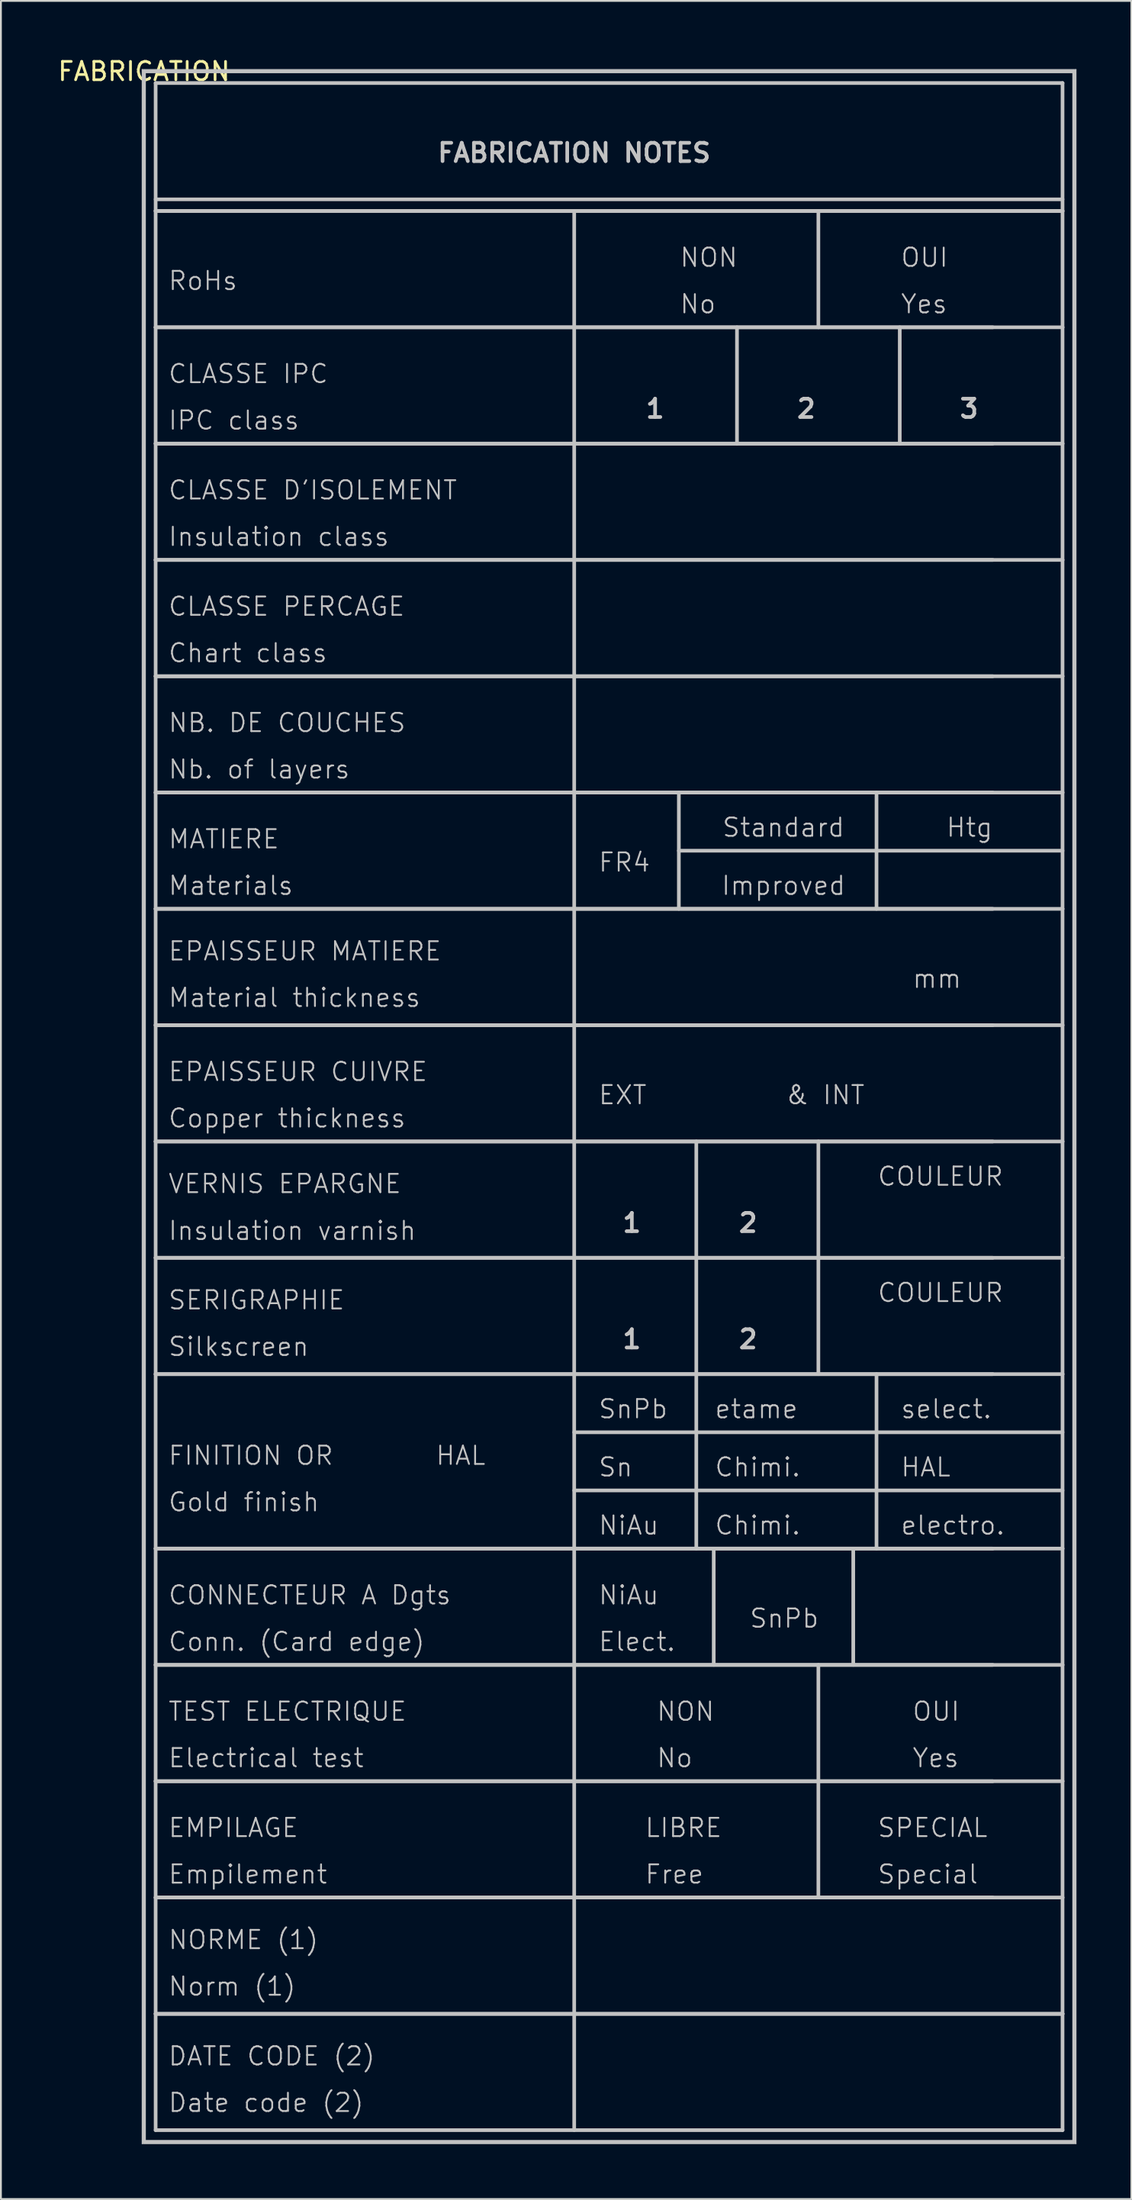
<source format=kicad_pcb>
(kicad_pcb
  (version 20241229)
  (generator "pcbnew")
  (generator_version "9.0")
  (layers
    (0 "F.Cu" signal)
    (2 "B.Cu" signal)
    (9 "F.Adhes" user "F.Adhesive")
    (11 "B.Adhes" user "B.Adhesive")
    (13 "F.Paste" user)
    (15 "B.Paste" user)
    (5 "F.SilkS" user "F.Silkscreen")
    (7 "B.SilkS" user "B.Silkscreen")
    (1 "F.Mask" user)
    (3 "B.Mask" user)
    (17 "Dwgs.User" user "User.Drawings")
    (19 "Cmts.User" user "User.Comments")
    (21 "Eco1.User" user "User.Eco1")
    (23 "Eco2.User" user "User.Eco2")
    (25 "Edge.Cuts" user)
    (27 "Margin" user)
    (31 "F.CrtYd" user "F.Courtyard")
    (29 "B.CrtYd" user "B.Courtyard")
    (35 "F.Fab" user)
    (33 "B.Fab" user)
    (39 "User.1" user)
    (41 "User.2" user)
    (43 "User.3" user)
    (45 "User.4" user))
  (footprint "FABRICATION"
    (placed yes)
    (layer "F.Cu")
    (at 4.815 0.848)
    (property "Reference" "FABRICATION" (at 0 0 0) (layer "F.SilkS") (effects (font (size 1 1) (thickness 0.15))))
    (attr through_hole)
    (fp_line (start -0.1 -0.1) (end 50.9 -0.1) (stroke (width 0.05) (type solid)) (layer "Dwgs.User"))
    (fp_line (start -0.1 113.13) (end -0.1 -0.1) (stroke (width 0.05) (type solid)) (layer "Dwgs.User"))
    (fp_line (start 0 0) (end 0 113.03) (stroke (width 0.2) (type solid)) (layer "Dwgs.User"))
    (fp_line (start 0 113.03) (end 50.8 113.03) (stroke (width 0.2) (type solid)) (layer "Dwgs.User"))
    (fp_line (start 0.635 0.635) (end 0.635 7.62) (stroke (width 0.2) (type solid)) (layer "Dwgs.User"))
    (fp_line (start 0.635 6.985) (end 50.165 6.985) (stroke (width 0.2) (type solid)) (layer "Dwgs.User"))
    (fp_line (start 0.635 7.62) (end 0.635 13.97) (stroke (width 0.2) (type solid)) (layer "Dwgs.User"))
    (fp_line (start 0.635 7.62) (end 50.165 7.62) (stroke (width 0.2) (type solid)) (layer "Dwgs.User"))
    (fp_line (start 0.635 13.97) (end 0.635 20.32) (stroke (width 0.2) (type solid)) (layer "Dwgs.User"))
    (fp_line (start 0.635 13.97) (end 50.165 13.97) (stroke (width 0.2) (type solid)) (layer "Dwgs.User"))
    (fp_line (start 0.635 20.32) (end 0.635 26.67) (stroke (width 0.2) (type solid)) (layer "Dwgs.User"))
    (fp_line (start 0.635 20.32) (end 50.165 20.32) (stroke (width 0.2) (type solid)) (layer "Dwgs.User"))
    (fp_line (start 0.635 26.67) (end 0.635 33.02) (stroke (width 0.2) (type solid)) (layer "Dwgs.User"))
    (fp_line (start 0.635 26.67) (end 50.165 26.67) (stroke (width 0.2) (type solid)) (layer "Dwgs.User"))
    (fp_line (start 0.635 33.02) (end 0.635 39.37) (stroke (width 0.2) (type solid)) (layer "Dwgs.User"))
    (fp_line (start 0.635 33.02) (end 50.165 33.02) (stroke (width 0.2) (type solid)) (layer "Dwgs.User"))
    (fp_line (start 0.635 39.37) (end 0.635 45.72) (stroke (width 0.2) (type solid)) (layer "Dwgs.User"))
    (fp_line (start 0.635 39.37) (end 50.165 39.37) (stroke (width 0.2) (type solid)) (layer "Dwgs.User"))
    (fp_line (start 0.635 45.72) (end 0.635 52.07) (stroke (width 0.2) (type solid)) (layer "Dwgs.User"))
    (fp_line (start 0.635 45.72) (end 50.165 45.72) (stroke (width 0.2) (type solid)) (layer "Dwgs.User"))
    (fp_line (start 0.635 52.07) (end 0.635 58.42) (stroke (width 0.2) (type solid)) (layer "Dwgs.User"))
    (fp_line (start 0.635 52.07) (end 50.165 52.07) (stroke (width 0.2) (type solid)) (layer "Dwgs.User"))
    (fp_line (start 0.635 58.42) (end 0.635 64.77) (stroke (width 0.2) (type solid)) (layer "Dwgs.User"))
    (fp_line (start 0.635 58.42) (end 50.165 58.42) (stroke (width 0.2) (type solid)) (layer "Dwgs.User"))
    (fp_line (start 0.635 64.77) (end 0.635 71.12) (stroke (width 0.2) (type solid)) (layer "Dwgs.User"))
    (fp_line (start 0.635 64.77) (end 50.165 64.77) (stroke (width 0.2) (type solid)) (layer "Dwgs.User"))
    (fp_line (start 0.635 71.12) (end 0.635 80.645) (stroke (width 0.2) (type solid)) (layer "Dwgs.User"))
    (fp_line (start 0.635 71.12) (end 50.165 71.12) (stroke (width 0.2) (type solid)) (layer "Dwgs.User"))
    (fp_line (start 0.635 80.645) (end 0.635 86.995) (stroke (width 0.2) (type solid)) (layer "Dwgs.User"))
    (fp_line (start 0.635 80.645) (end 50.165 80.645) (stroke (width 0.2) (type solid)) (layer "Dwgs.User"))
    (fp_line (start 0.635 86.995) (end 0.635 93.345) (stroke (width 0.2) (type solid)) (layer "Dwgs.User"))
    (fp_line (start 0.635 86.995) (end 50.165 86.995) (stroke (width 0.2) (type solid)) (layer "Dwgs.User"))
    (fp_line (start 0.635 93.345) (end 0.635 99.695) (stroke (width 0.2) (type solid)) (layer "Dwgs.User"))
    (fp_line (start 0.635 93.345) (end 50.165 93.345) (stroke (width 0.2) (type solid)) (layer "Dwgs.User"))
    (fp_line (start 0.635 99.695) (end 0.635 106.045) (stroke (width 0.2) (type solid)) (layer "Dwgs.User"))
    (fp_line (start 0.635 99.695) (end 50.165 99.695) (stroke (width 0.2) (type solid)) (layer "Dwgs.User"))
    (fp_line (start 0.635 106.045) (end 0.635 112.395) (stroke (width 0.2) (type solid)) (layer "Dwgs.User"))
    (fp_line (start 0.635 106.045) (end 50.165 106.045) (stroke (width 0.2) (type solid)) (layer "Dwgs.User"))
    (fp_line (start 0.635 112.395) (end 50.165 112.395) (stroke (width 0.2) (type solid)) (layer "Dwgs.User"))
    (fp_line (start 23.495 7.62) (end 23.495 112.395) (stroke (width 0.2) (type solid)) (layer "Dwgs.User"))
    (fp_line (start 23.495 74.295) (end 50.165 74.295) (stroke (width 0.2) (type solid)) (layer "Dwgs.User"))
    (fp_line (start 23.495 77.47) (end 50.165 77.47) (stroke (width 0.2) (type solid)) (layer "Dwgs.User"))
    (fp_line (start 29.21 39.37) (end 29.21 45.72) (stroke (width 0.2) (type solid)) (layer "Dwgs.User"))
    (fp_line (start 29.21 42.545) (end 50.165 42.545) (stroke (width 0.2) (type solid)) (layer "Dwgs.User"))
    (fp_line (start 30.163 58.42) (end 30.163 64.77) (stroke (width 0.2) (type solid)) (layer "Dwgs.User"))
    (fp_line (start 30.163 64.77) (end 30.163 71.12) (stroke (width 0.2) (type solid)) (layer "Dwgs.User"))
    (fp_line (start 30.163 71.12) (end 30.163 80.645) (stroke (width 0.2) (type solid)) (layer "Dwgs.User"))
    (fp_line (start 31.115 80.645) (end 31.115 86.995) (stroke (width 0.2) (type solid)) (layer "Dwgs.User"))
    (fp_line (start 32.385 13.97) (end 32.385 20.32) (stroke (width 0.2) (type solid)) (layer "Dwgs.User"))
    (fp_line (start 36.83 7.62) (end 36.83 13.97) (stroke (width 0.2) (type solid)) (layer "Dwgs.User"))
    (fp_line (start 36.83 58.42) (end 36.83 64.77) (stroke (width 0.2) (type solid)) (layer "Dwgs.User"))
    (fp_line (start 36.83 64.77) (end 36.83 71.12) (stroke (width 0.2) (type solid)) (layer "Dwgs.User"))
    (fp_line (start 36.83 86.995) (end 36.83 93.345) (stroke (width 0.2) (type solid)) (layer "Dwgs.User"))
    (fp_line (start 36.83 93.345) (end 36.83 99.695) (stroke (width 0.2) (type solid)) (layer "Dwgs.User"))
    (fp_line (start 38.735 80.645) (end 38.735 86.995) (stroke (width 0.2) (type solid)) (layer "Dwgs.User"))
    (fp_line (start 40.005 39.37) (end 40.005 45.72) (stroke (width 0.2) (type solid)) (layer "Dwgs.User"))
    (fp_line (start 40.005 71.12) (end 40.005 80.645) (stroke (width 0.2) (type solid)) (layer "Dwgs.User"))
    (fp_line (start 41.275 13.97) (end 41.275 20.32) (stroke (width 0.2) (type solid)) (layer "Dwgs.User"))
    (fp_line (start 46.355 13.97) (end 0.635 13.97) (stroke (width 0.2) (type solid)) (layer "Dwgs.User"))
    (fp_line (start 46.355 20.32) (end 0.635 20.32) (stroke (width 0.2) (type solid)) (layer "Dwgs.User"))
    (fp_line (start 46.355 26.67) (end 0.635 26.67) (stroke (width 0.2) (type solid)) (layer "Dwgs.User"))
    (fp_line (start 46.355 33.02) (end 0.635 33.02) (stroke (width 0.2) (type solid)) (layer "Dwgs.User"))
    (fp_line (start 46.355 39.37) (end 0.635 39.37) (stroke (width 0.2) (type solid)) (layer "Dwgs.User"))
    (fp_line (start 46.355 45.72) (end 0.635 45.72) (stroke (width 0.2) (type solid)) (layer "Dwgs.User"))
    (fp_line (start 46.355 52.07) (end 0.635 52.07) (stroke (width 0.2) (type solid)) (layer "Dwgs.User"))
    (fp_line (start 46.355 58.42) (end 0.635 58.42) (stroke (width 0.2) (type solid)) (layer "Dwgs.User"))
    (fp_line (start 46.355 64.77) (end 0.635 64.77) (stroke (width 0.2) (type solid)) (layer "Dwgs.User"))
    (fp_line (start 46.355 71.12) (end 0.635 71.12) (stroke (width 0.2) (type solid)) (layer "Dwgs.User"))
    (fp_line (start 46.355 80.645) (end 0.635 80.645) (stroke (width 0.2) (type solid)) (layer "Dwgs.User"))
    (fp_line (start 46.355 86.995) (end 0.635 86.995) (stroke (width 0.2) (type solid)) (layer "Dwgs.User"))
    (fp_line (start 46.355 93.345) (end 0.635 93.345) (stroke (width 0.2) (type solid)) (layer "Dwgs.User"))
    (fp_line (start 46.355 99.695) (end 0.635 99.695) (stroke (width 0.2) (type solid)) (layer "Dwgs.User"))
    (fp_line (start 50.165 0.635) (end 0.635 0.635) (stroke (width 0.2) (type solid)) (layer "Dwgs.User"))
    (fp_line (start 50.165 7.62) (end 0.635 7.62) (stroke (width 0.2) (type solid)) (layer "Dwgs.User"))
    (fp_line (start 50.165 7.62) (end 50.165 0.635) (stroke (width 0.2) (type solid)) (layer "Dwgs.User"))
    (fp_line (start 50.165 13.97) (end 50.165 7.62) (stroke (width 0.2) (type solid)) (layer "Dwgs.User"))
    (fp_line (start 50.165 20.32) (end 50.165 13.97) (stroke (width 0.2) (type solid)) (layer "Dwgs.User"))
    (fp_line (start 50.165 26.67) (end 50.165 20.32) (stroke (width 0.2) (type solid)) (layer "Dwgs.User"))
    (fp_line (start 50.165 33.02) (end 50.165 26.67) (stroke (width 0.2) (type solid)) (layer "Dwgs.User"))
    (fp_line (start 50.165 39.37) (end 50.165 33.02) (stroke (width 0.2) (type solid)) (layer "Dwgs.User"))
    (fp_line (start 50.165 45.72) (end 50.165 39.37) (stroke (width 0.2) (type solid)) (layer "Dwgs.User"))
    (fp_line (start 50.165 52.07) (end 50.165 45.72) (stroke (width 0.2) (type solid)) (layer "Dwgs.User"))
    (fp_line (start 50.165 58.42) (end 50.165 52.07) (stroke (width 0.2) (type solid)) (layer "Dwgs.User"))
    (fp_line (start 50.165 64.77) (end 50.165 58.42) (stroke (width 0.2) (type solid)) (layer "Dwgs.User"))
    (fp_line (start 50.165 71.12) (end 50.165 64.77) (stroke (width 0.2) (type solid)) (layer "Dwgs.User"))
    (fp_line (start 50.165 80.645) (end 50.165 71.12) (stroke (width 0.2) (type solid)) (layer "Dwgs.User"))
    (fp_line (start 50.165 86.995) (end 50.165 80.645) (stroke (width 0.2) (type solid)) (layer "Dwgs.User"))
    (fp_line (start 50.165 93.345) (end 50.165 86.995) (stroke (width 0.2) (type solid)) (layer "Dwgs.User"))
    (fp_line (start 50.165 99.695) (end 50.165 93.345) (stroke (width 0.2) (type solid)) (layer "Dwgs.User"))
    (fp_line (start 50.165 106.045) (end 0.635 106.045) (stroke (width 0.2) (type solid)) (layer "Dwgs.User"))
    (fp_line (start 50.165 106.045) (end 50.165 99.695) (stroke (width 0.2) (type solid)) (layer "Dwgs.User"))
    (fp_line (start 50.165 112.395) (end 50.165 106.045) (stroke (width 0.2) (type solid)) (layer "Dwgs.User"))
    (fp_line (start 50.8 0) (end 0 0) (stroke (width 0.2) (type solid)) (layer "Dwgs.User"))
    (fp_line (start 50.8 113.03) (end 50.8 0) (stroke (width 0.2) (type solid)) (layer "Dwgs.User"))
    (fp_line (start 50.9 -0.1) (end 50.9 113.13) (stroke (width 0.05) (type solid)) (layer "Dwgs.User"))
    (fp_line (start 50.9 113.13) (end -0.1 113.13) (stroke (width 0.05) (type solid)) (layer "Dwgs.User"))
    (fp_text user "Conn. (Card edge)" (at 1.27 85.725 0) (layer "Dwgs.User") (effects (font (size 1 1) (thickness 0.1)) (justify left)))
    (fp_text user "mm" (at 41.91 49.53 0) (layer "Dwgs.User") (effects (font (size 1 1) (thickness 0.1)) (justify left)))
    (fp_text user "Silkscreen" (at 1.27 69.618 0) (layer "Dwgs.User") (effects (font (size 1 1) (thickness 0.1)) (justify left)))
    (fp_text user "RoHs" (at 1.27 11.43 0) (layer "Dwgs.User") (effects (font (size 1 1) (thickness 0.1)) (justify left)))
    (fp_text user "NiAu" (at 24.765 83.185 0) (layer "Dwgs.User") (effects (font (size 1 1) (thickness 0.1)) (justify left)))
    (fp_text user "NON" (at 27.94 89.535 0) (layer "Dwgs.User") (effects (font (size 1 1) (thickness 0.1)) (justify left)))
    (fp_text user "Insulation class" (at 1.27 25.4 0) (layer "Dwgs.User") (effects (font (size 1 1) (thickness 0.1)) (justify left)))
    (fp_text user "EXT          & INT" (at 24.765 55.88 0) (layer "Dwgs.User") (effects (font (size 1 1) (thickness 0.1)) (justify left)))
    (fp_text user "No" (at 29.21 12.7 0) (layer "Dwgs.User") (effects (font (size 1 1) (thickness 0.1)) (justify left)))
    (fp_text user "Norm (1)" (at 1.27 104.543 0) (layer "Dwgs.User") (effects (font (size 1 1) (thickness 0.1)) (justify left)))
    (fp_text user "FINITION OR" (at 1.27 75.565 0) (layer "Dwgs.User") (effects (font (size 1 1) (thickness 0.1)) (justify left)))
    (fp_text user "1" (at 26.035 62.865 0) (layer "Dwgs.User") (effects (font (size 1 1) (thickness 0.2)) (justify left)))
    (fp_text user "3" (at 44.45 18.415 0) (layer "Dwgs.User") (effects (font (size 1 1) (thickness 0.2)) (justify left)))
    (fp_text user "SnPb" (at 24.765 73.025 0) (layer "Dwgs.User") (effects (font (size 1 1) (thickness 0.1)) (justify left)))
    (fp_text user "2" (at 32.385 69.215 0) (layer "Dwgs.User") (effects (font (size 1 1) (thickness 0.2)) (justify left)))
    (fp_text user "Elect." (at 24.765 85.725 0) (layer "Dwgs.User") (effects (font (size 1 1) (thickness 0.1)) (justify left)))
    (fp_text user "LIBRE" (at 27.305 95.885 0) (layer "Dwgs.User") (effects (font (size 1 1) (thickness 0.1)) (justify left)))
    (fp_text user "NiAu" (at 24.765 79.375 0) (layer "Dwgs.User") (effects (font (size 1 1) (thickness 0.1)) (justify left)))
    (fp_text user "1" (at 27.305 18.415 0) (layer "Dwgs.User") (effects (font (size 1 1) (thickness 0.2)) (justify left)))
    (fp_text user "2" (at 35.56 18.415 0) (layer "Dwgs.User") (effects (font (size 1 1) (thickness 0.2)) (justify left)))
    (fp_text user "TEST ELECTRIQUE" (at 1.27 89.535 0) (layer "Dwgs.User") (effects (font (size 1 1) (thickness 0.1)) (justify left)))
    (fp_text user "No" (at 27.94 92.075 0) (layer "Dwgs.User") (effects (font (size 1 1) (thickness 0.1)) (justify left)))
    (fp_text user "COULEUR" (at 40.005 60.325 0) (layer "Dwgs.User") (effects (font (size 1 1) (thickness 0.1)) (justify left)))
    (fp_text user "Improved" (at 34.925 44.45 0) (layer "Dwgs.User") (effects (font (size 1 1) (thickness 0.1))))
    (fp_text user "EPAISSEUR MATIERE" (at 1.27 48.028 0) (layer "Dwgs.User") (effects (font (size 1 1) (thickness 0.1)) (justify left)))
    (fp_text user "HAL" (at 15.875 75.565 0) (layer "Dwgs.User") (effects (font (size 1 1) (thickness 0.1)) (justify left)))
    (fp_text user "OUI" (at 41.275 10.16 0) (layer "Dwgs.User") (effects (font (size 1 1) (thickness 0.1)) (justify left)))
    (fp_text user "1" (at 26.035 69.215 0) (layer "Dwgs.User") (effects (font (size 1 1) (thickness 0.2)) (justify left)))
    (fp_text user "CLASSE PERCAGE" (at 1.27 29.21 0) (layer "Dwgs.User") (effects (font (size 1 1) (thickness 0.1)) (justify left)))
    (fp_text user "EPAISSEUR CUIVRE" (at 1.27 54.61 0) (layer "Dwgs.User") (effects (font (size 1 1) (thickness 0.1)) (justify left)))
    (fp_text user "Chimi." (at 31.115 76.2 0) (layer "Dwgs.User") (effects (font (size 1 1) (thickness 0.1)) (justify left)))
    (fp_text user "Materials" (at 1.27 44.45 0) (layer "Dwgs.User") (effects (font (size 1 1) (thickness 0.1)) (justify left)))
    (fp_text user "EMPILAGE" (at 1.27 95.885 0) (layer "Dwgs.User") (effects (font (size 1 1) (thickness 0.1)) (justify left)))
    (fp_text user "Yes" (at 41.91 92.075 0) (layer "Dwgs.User") (effects (font (size 1 1) (thickness 0.1)) (justify left)))
    (fp_text user "NON" (at 29.21 10.16 0) (layer "Dwgs.User") (effects (font (size 1 1) (thickness 0.1)) (justify left)))
    (fp_text user "Standard" (at 34.925 41.275 0) (layer "Dwgs.User") (effects (font (size 1 1) (thickness 0.1))))
    (fp_text user "VERNIS EPARGNE" (at 1.27 60.728 0) (layer "Dwgs.User") (effects (font (size 1 1) (thickness 0.1)) (justify left)))
    (fp_text user "etame" (at 31.115 73.025 0) (layer "Dwgs.User") (effects (font (size 1 1) (thickness 0.1)) (justify left)))
    (fp_text user "SPECIAL" (at 40.005 95.885 0) (layer "Dwgs.User") (effects (font (size 1 1) (thickness 0.1)) (justify left)))
    (fp_text user "FABRICATION NOTES" (at 23.495 4.445 0) (layer "Dwgs.User") (effects (font (size 1 1) (thickness 0.2))))
    (fp_text user "Htg" (at 45.085 41.275 0) (layer "Dwgs.User") (effects (font (size 1 1) (thickness 0.1))))
    (fp_text user "Material thickness" (at 1.27 50.568 0) (layer "Dwgs.User") (effects (font (size 1 1) (thickness 0.1)) (justify left)))
    (fp_text user "Gold finish" (at 1.27 78.105 0) (layer "Dwgs.User") (effects (font (size 1 1) (thickness 0.1)) (justify left)))
    (fp_text user "NORME (1)" (at 1.27 102.003 0) (layer "Dwgs.User") (effects (font (size 1 1) (thickness 0.1)) (justify left)))
    (fp_text user "Free" (at 27.305 98.425 0) (layer "Dwgs.User") (effects (font (size 1 1) (thickness 0.1)) (justify left)))
    (fp_text user "Sn" (at 24.765 76.2 0) (layer "Dwgs.User") (effects (font (size 1 1) (thickness 0.1)) (justify left)))
    (fp_text user "Chimi." (at 31.115 79.375 0) (layer "Dwgs.User") (effects (font (size 1 1) (thickness 0.1)) (justify left)))
    (fp_text user "HAL" (at 41.275 76.2 0) (layer "Dwgs.User") (effects (font (size 1 1) (thickness 0.1)) (justify left)))
    (fp_text user "CLASSE D'ISOLEMENT" (at 1.27 22.86 0) (layer "Dwgs.User") (effects (font (size 1 1) (thickness 0.1)) (justify left)))
    (fp_text user "MATIERE" (at 1.27 41.91 0) (layer "Dwgs.User") (effects (font (size 1 1) (thickness 0.1)) (justify left)))
    (fp_text user "Yes" (at 41.275 12.7 0) (layer "Dwgs.User") (effects (font (size 1 1) (thickness 0.1)) (justify left)))
    (fp_text user "Date code (2)" (at 1.27 110.893 0) (layer "Dwgs.User") (effects (font (size 1 1) (thickness 0.1)) (justify left)))
    (fp_text user "Empilement" (at 1.27 98.425 0) (layer "Dwgs.User") (effects (font (size 1 1) (thickness 0.1)) (justify left)))
    (fp_text user "CONNECTEUR A Dgts" (at 1.27 83.185 0) (layer "Dwgs.User") (effects (font (size 1 1) (thickness 0.1)) (justify left)))
    (fp_text user "DATE CODE (2)" (at 1.27 108.353 0) (layer "Dwgs.User") (effects (font (size 1 1) (thickness 0.1)) (justify left)))
    (fp_text user "COULEUR" (at 40.005 66.675 0) (layer "Dwgs.User") (effects (font (size 1 1) (thickness 0.1)) (justify left)))
    (fp_text user "Nb. of layers" (at 1.27 38.1 0) (layer "Dwgs.User") (effects (font (size 1 1) (thickness 0.1)) (justify left)))
    (fp_text user "OUI" (at 41.91 89.535 0) (layer "Dwgs.User") (effects (font (size 1 1) (thickness 0.1)) (justify left)))
    (fp_text user "Electrical test" (at 1.27 92.075 0) (layer "Dwgs.User") (effects (font (size 1 1) (thickness 0.1)) (justify left)))
    (fp_text user "CLASSE IPC" (at 1.27 16.51 0) (layer "Dwgs.User") (effects (font (size 1 1) (thickness 0.1)) (justify left)))
    (fp_text user "electro." (at 41.275 79.375 0) (layer "Dwgs.User") (effects (font (size 1 1) (thickness 0.1)) (justify left)))
    (fp_text user "SnPb" (at 33.02 84.455 0) (layer "Dwgs.User") (effects (font (size 1 1) (thickness 0.1)) (justify left)))
    (fp_text user "SERIGRAPHIE" (at 1.27 67.078 0) (layer "Dwgs.User") (effects (font (size 1 1) (thickness 0.1)) (justify left)))
    (fp_text user "NB. DE COUCHES" (at 1.27 35.56 0) (layer "Dwgs.User") (effects (font (size 1 1) (thickness 0.1)) (justify left)))
    (fp_text user "2" (at 32.385 62.865 0) (layer "Dwgs.User") (effects (font (size 1 1) (thickness 0.2)) (justify left)))
    (fp_text user "select." (at 41.275 73.025 0) (layer "Dwgs.User") (effects (font (size 1 1) (thickness 0.1)) (justify left)))
    (fp_text user "Chart class" (at 1.27 31.75 0) (layer "Dwgs.User") (effects (font (size 1 1) (thickness 0.1)) (justify left)))
    (fp_text user "Insulation varnish" (at 1.27 63.29 0) (layer "Dwgs.User") (effects (font (size 1 1) (thickness 0.1)) (justify left)))
    (fp_text user "FR4" (at 24.765 43.18 0) (layer "Dwgs.User") (effects (font (size 1 1) (thickness 0.1)) (justify left)))
    (fp_text user "Copper thickness" (at 1.27 57.15 0) (layer "Dwgs.User") (effects (font (size 1 1) (thickness 0.1)) (justify left)))
    (fp_text user "IPC class" (at 1.27 19.05 0) (layer "Dwgs.User") (effects (font (size 1 1) (thickness 0.1)) (justify left)))
    (fp_text user "Special" (at 40.005 98.425 0) (layer "Dwgs.User") (effects (font (size 1 1) (thickness 0.1)) (justify left))))
  (gr_rect
    (start -3 -3)
    (end 58.74 117.003)
    (stroke (width 0.1) (type default))
    (fill no)
    (layer "Edge.Cuts")))
</source>
